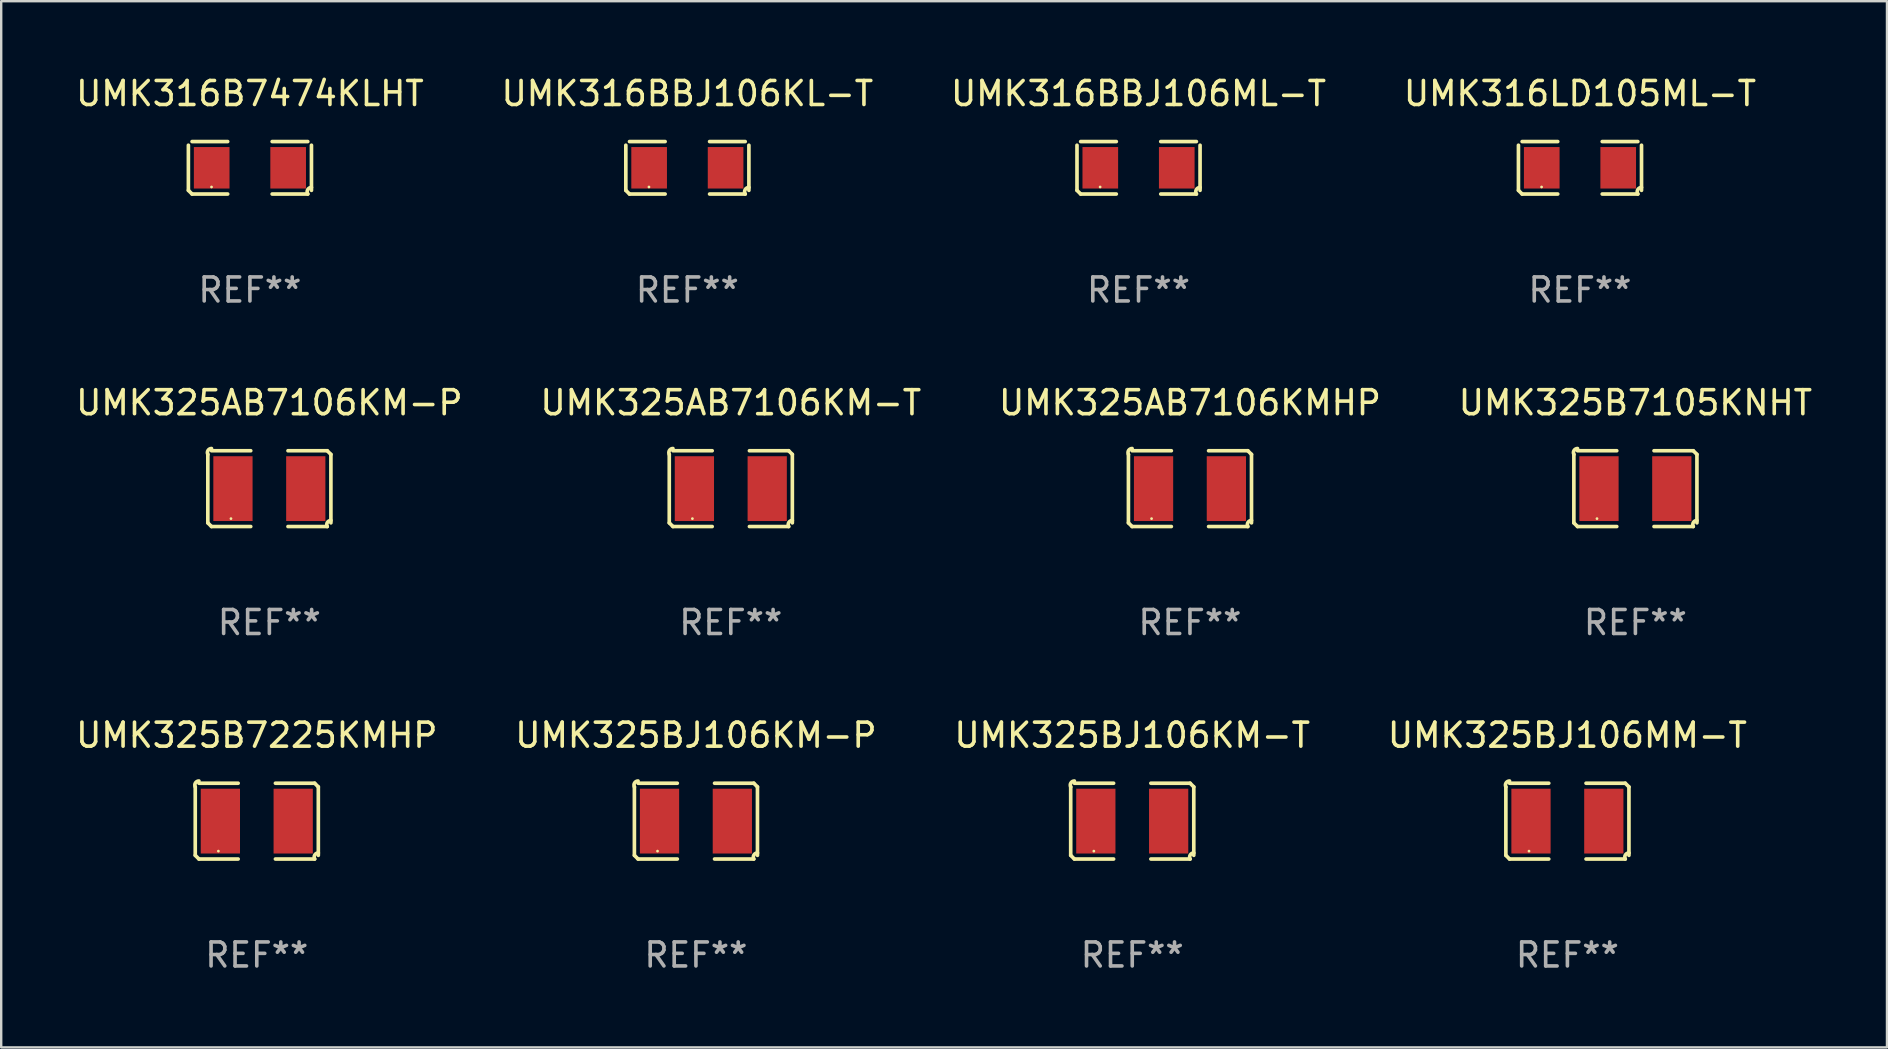
<source format=kicad_pcb>
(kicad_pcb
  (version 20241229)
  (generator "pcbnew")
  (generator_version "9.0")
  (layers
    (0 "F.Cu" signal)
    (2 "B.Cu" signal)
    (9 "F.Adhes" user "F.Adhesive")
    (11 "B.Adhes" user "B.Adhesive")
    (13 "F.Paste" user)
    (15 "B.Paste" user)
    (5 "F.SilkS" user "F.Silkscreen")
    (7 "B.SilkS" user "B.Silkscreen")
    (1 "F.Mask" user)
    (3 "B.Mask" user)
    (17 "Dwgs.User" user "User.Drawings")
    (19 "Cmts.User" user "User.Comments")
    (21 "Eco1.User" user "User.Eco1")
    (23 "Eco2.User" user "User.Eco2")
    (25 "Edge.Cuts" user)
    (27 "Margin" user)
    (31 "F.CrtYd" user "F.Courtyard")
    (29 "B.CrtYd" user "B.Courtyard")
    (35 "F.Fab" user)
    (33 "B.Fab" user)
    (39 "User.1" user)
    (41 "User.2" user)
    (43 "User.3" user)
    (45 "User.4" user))
  (footprint "UMK316LD105ML-T"
    (layer "F.Cu")
    (at 62.78 3.941)
    (property "Reference" "UMK316LD105ML-T" (at 0 -3.093 0) (layer "F.SilkS") (effects (font (size 1 1) (thickness 0.15))))
    (attr through_hole)
    (fp_line (start -2.564 0.94) (end -2.564 -0.94) (stroke (width 0.152) (type solid)) (layer "F.SilkS"))
    (fp_line (start -2.411 -1.093) (end -0.926 -1.093) (stroke (width 0.152) (type solid)) (layer "F.SilkS"))
    (fp_line (start -0.926 1.093) (end -2.411 1.093) (stroke (width 0.152) (type solid)) (layer "F.SilkS"))
    (fp_line (start 0.926 1.093) (end 2.411 1.093) (stroke (width 0.152) (type solid)) (layer "F.SilkS"))
    (fp_line (start 2.411 -1.093) (end 0.926 -1.093) (stroke (width 0.152) (type solid)) (layer "F.SilkS"))
    (fp_line (start 2.564 0.94) (end 2.564 -0.94) (stroke (width 0.152) (type solid)) (layer "F.SilkS"))
    (fp_arc (start -2.411201 1.092609) (mid -2.487413 1.01642) (end -2.563602 0.940208) (stroke (width 0.1524) (type solid)) (layer "F.SilkS"))
    (fp_arc (start 2.411201 1.092609) (mid 2.407159 0.911226) (end 2.563602 0.819347) (stroke (width 0.1524) (type solid)) (layer "F.SilkS"))
    (fp_circle (center -1.6 0.8) (end -1.57 0.8) (stroke (width 0.06) (type solid)) (fill no) (layer "F.SilkS"))
    (fp_text user "REF**" (at 0 5.093 0) (layer "F.Fab") (effects (font (size 1 1) (thickness 0.15))))
    (pad "1" smd rect (at -1.593 0) (size 1.485 1.728) (layers "F.Cu" "F.Mask" "F.Paste"))
    (pad "2" smd rect (at 1.593 0) (size 1.485 1.728) (layers "F.Cu" "F.Mask" "F.Paste")))
  (footprint "UMK325AB7106KMHP"
    (layer "F.Cu")
    (at 46.53 17.309)
    (property "Reference" "UMK325AB7106KMHP" (at 0 -3.579 0) (layer "F.SilkS") (effects (font (size 1 1) (thickness 0.15))))
    (attr through_hole)
    (fp_line (start -2.564 1.426) (end -2.564 -1.426) (stroke (width 0.152) (type solid)) (layer "F.SilkS"))
    (fp_line (start -2.411 -1.579) (end -0.776 -1.579) (stroke (width 0.152) (type solid)) (layer "F.SilkS"))
    (fp_line (start -0.776 1.579) (end -2.411 1.579) (stroke (width 0.152) (type solid)) (layer "F.SilkS"))
    (fp_line (start 0.776 1.579) (end 2.411 1.579) (stroke (width 0.152) (type solid)) (layer "F.SilkS"))
    (fp_line (start 2.411 -1.579) (end 0.776 -1.579) (stroke (width 0.152) (type solid)) (layer "F.SilkS"))
    (fp_line (start 2.564 1.426) (end 2.564 -1.426) (stroke (width 0.152) (type solid)) (layer "F.SilkS"))
    (fp_arc (start -2.563602 -1.426213) (mid -2.555597 -1.591233) (end -2.411201 -1.671518) (stroke (width 0.1524) (type solid)) (layer "F.SilkS"))
    (fp_arc (start -2.5636 1.426214) (mid -2.487389 1.502402) (end -2.411201 1.578613) (stroke (width 0.1524) (type solid)) (layer "F.SilkS"))
    (fp_arc (start 2.411197 -1.578618) (mid 2.487403 -1.502419) (end 2.563602 -1.426213) (stroke (width 0.1524) (type solid)) (layer "F.SilkS"))
    (fp_arc (start 2.411201 1.578613) (mid 2.416214 1.409455) (end 2.563602 1.32629) (stroke (width 0.1524) (type solid)) (layer "F.SilkS"))
    (fp_circle (center -1.6 1.25) (end -1.57 1.25) (stroke (width 0.06) (type solid)) (fill no) (layer "F.SilkS"))
    (fp_text user "REF**" (at 0 5.579 0) (layer "F.Fab") (effects (font (size 1 1) (thickness 0.15))))
    (pad "1" smd rect (at -1.517 0) (size 1.635 2.7) (layers "F.Cu" "F.Mask" "F.Paste"))
    (pad "2" smd rect (at 1.517 0) (size 1.635 2.7) (layers "F.Cu" "F.Mask" "F.Paste")))
  (footprint "UMK325BJ106MM-T"
    (layer "F.Cu")
    (at 62.256 31.162)
    (property "Reference" "UMK325BJ106MM-T" (at 0 -3.579 0) (layer "F.SilkS") (effects (font (size 1 1) (thickness 0.15))))
    (attr through_hole)
    (fp_line (start -2.564 1.426) (end -2.564 -1.426) (stroke (width 0.152) (type solid)) (layer "F.SilkS"))
    (fp_line (start -2.411 -1.579) (end -0.776 -1.579) (stroke (width 0.152) (type solid)) (layer "F.SilkS"))
    (fp_line (start -0.776 1.579) (end -2.411 1.579) (stroke (width 0.152) (type solid)) (layer "F.SilkS"))
    (fp_line (start 0.776 1.579) (end 2.411 1.579) (stroke (width 0.152) (type solid)) (layer "F.SilkS"))
    (fp_line (start 2.411 -1.579) (end 0.776 -1.579) (stroke (width 0.152) (type solid)) (layer "F.SilkS"))
    (fp_line (start 2.564 1.426) (end 2.564 -1.426) (stroke (width 0.152) (type solid)) (layer "F.SilkS"))
    (fp_arc (start -2.563602 -1.426213) (mid -2.555597 -1.591233) (end -2.411201 -1.671518) (stroke (width 0.1524) (type solid)) (layer "F.SilkS"))
    (fp_arc (start -2.5636 1.426214) (mid -2.487389 1.502402) (end -2.411201 1.578613) (stroke (width 0.1524) (type solid)) (layer "F.SilkS"))
    (fp_arc (start 2.411197 -1.578618) (mid 2.487403 -1.502419) (end 2.563602 -1.426213) (stroke (width 0.1524) (type solid)) (layer "F.SilkS"))
    (fp_arc (start 2.411201 1.578613) (mid 2.416214 1.409455) (end 2.563602 1.32629) (stroke (width 0.1524) (type solid)) (layer "F.SilkS"))
    (fp_circle (center -1.6 1.25) (end -1.57 1.25) (stroke (width 0.06) (type solid)) (fill no) (layer "F.SilkS"))
    (fp_text user "REF**" (at 0 5.579 0) (layer "F.Fab") (effects (font (size 1 1) (thickness 0.15))))
    (pad "1" smd rect (at -1.517 0) (size 1.635 2.7) (layers "F.Cu" "F.Mask" "F.Paste"))
    (pad "2" smd rect (at 1.517 0) (size 1.635 2.7) (layers "F.Cu" "F.Mask" "F.Paste")))
  (footprint "UMK325BJ106KM-T"
    (layer "F.Cu")
    (at 44.125 31.162)
    (property "Reference" "UMK325BJ106KM-T" (at 0 -3.579 0) (layer "F.SilkS") (effects (font (size 1 1) (thickness 0.15))))
    (attr through_hole)
    (fp_line (start -2.564 1.426) (end -2.564 -1.426) (stroke (width 0.152) (type solid)) (layer "F.SilkS"))
    (fp_line (start -2.411 -1.579) (end -0.776 -1.579) (stroke (width 0.152) (type solid)) (layer "F.SilkS"))
    (fp_line (start -0.776 1.579) (end -2.411 1.579) (stroke (width 0.152) (type solid)) (layer "F.SilkS"))
    (fp_line (start 0.776 1.579) (end 2.411 1.579) (stroke (width 0.152) (type solid)) (layer "F.SilkS"))
    (fp_line (start 2.411 -1.579) (end 0.776 -1.579) (stroke (width 0.152) (type solid)) (layer "F.SilkS"))
    (fp_line (start 2.564 1.426) (end 2.564 -1.426) (stroke (width 0.152) (type solid)) (layer "F.SilkS"))
    (fp_arc (start -2.563602 -1.426213) (mid -2.555597 -1.591233) (end -2.411201 -1.671518) (stroke (width 0.1524) (type solid)) (layer "F.SilkS"))
    (fp_arc (start -2.5636 1.426214) (mid -2.487389 1.502402) (end -2.411201 1.578613) (stroke (width 0.1524) (type solid)) (layer "F.SilkS"))
    (fp_arc (start 2.411197 -1.578618) (mid 2.487403 -1.502419) (end 2.563602 -1.426213) (stroke (width 0.1524) (type solid)) (layer "F.SilkS"))
    (fp_arc (start 2.411201 1.578613) (mid 2.416214 1.409455) (end 2.563602 1.32629) (stroke (width 0.1524) (type solid)) (layer "F.SilkS"))
    (fp_circle (center -1.6 1.25) (end -1.57 1.25) (stroke (width 0.06) (type solid)) (fill no) (layer "F.SilkS"))
    (fp_text user "REF**" (at 0 5.579 0) (layer "F.Fab") (effects (font (size 1 1) (thickness 0.15))))
    (pad "1" smd rect (at -1.517 0) (size 1.635 2.7) (layers "F.Cu" "F.Mask" "F.Paste"))
    (pad "2" smd rect (at 1.517 0) (size 1.635 2.7) (layers "F.Cu" "F.Mask" "F.Paste")))
  (footprint "UMK316B7474KLHT"
    (layer "F.Cu")
    (at 7.363 3.941)
    (property "Reference" "UMK316B7474KLHT" (at 0 -3.093 0) (layer "F.SilkS") (effects (font (size 1 1) (thickness 0.15))))
    (attr through_hole)
    (fp_line (start -2.564 0.94) (end -2.564 -0.94) (stroke (width 0.152) (type solid)) (layer "F.SilkS"))
    (fp_line (start -2.411 -1.093) (end -0.926 -1.093) (stroke (width 0.152) (type solid)) (layer "F.SilkS"))
    (fp_line (start -0.926 1.093) (end -2.411 1.093) (stroke (width 0.152) (type solid)) (layer "F.SilkS"))
    (fp_line (start 0.926 1.093) (end 2.411 1.093) (stroke (width 0.152) (type solid)) (layer "F.SilkS"))
    (fp_line (start 2.411 -1.093) (end 0.926 -1.093) (stroke (width 0.152) (type solid)) (layer "F.SilkS"))
    (fp_line (start 2.564 0.94) (end 2.564 -0.94) (stroke (width 0.152) (type solid)) (layer "F.SilkS"))
    (fp_arc (start -2.411201 1.092609) (mid -2.487413 1.01642) (end -2.563602 0.940208) (stroke (width 0.1524) (type solid)) (layer "F.SilkS"))
    (fp_arc (start 2.411201 1.092609) (mid 2.407159 0.911226) (end 2.563602 0.819347) (stroke (width 0.1524) (type solid)) (layer "F.SilkS"))
    (fp_circle (center -1.6 0.8) (end -1.57 0.8) (stroke (width 0.06) (type solid)) (fill no) (layer "F.SilkS"))
    (fp_text user "REF**" (at 0 5.093 0) (layer "F.Fab") (effects (font (size 1 1) (thickness 0.15))))
    (pad "1" smd rect (at -1.593 0) (size 1.485 1.728) (layers "F.Cu" "F.Mask" "F.Paste"))
    (pad "2" smd rect (at 1.593 0) (size 1.485 1.728) (layers "F.Cu" "F.Mask" "F.Paste")))
  (footprint "UMK325B7105KNHT"
    (layer "F.Cu")
    (at 65.089 17.309)
    (property "Reference" "UMK325B7105KNHT" (at 0 -3.579 0) (layer "F.SilkS") (effects (font (size 1 1) (thickness 0.15))))
    (attr through_hole)
    (fp_line (start -2.564 1.426) (end -2.564 -1.426) (stroke (width 0.152) (type solid)) (layer "F.SilkS"))
    (fp_line (start -2.411 -1.579) (end -0.776 -1.579) (stroke (width 0.152) (type solid)) (layer "F.SilkS"))
    (fp_line (start -0.776 1.579) (end -2.411 1.579) (stroke (width 0.152) (type solid)) (layer "F.SilkS"))
    (fp_line (start 0.776 1.579) (end 2.411 1.579) (stroke (width 0.152) (type solid)) (layer "F.SilkS"))
    (fp_line (start 2.411 -1.579) (end 0.776 -1.579) (stroke (width 0.152) (type solid)) (layer "F.SilkS"))
    (fp_line (start 2.564 1.426) (end 2.564 -1.426) (stroke (width 0.152) (type solid)) (layer "F.SilkS"))
    (fp_arc (start -2.563602 -1.426213) (mid -2.555597 -1.591233) (end -2.411201 -1.671518) (stroke (width 0.1524) (type solid)) (layer "F.SilkS"))
    (fp_arc (start -2.5636 1.426214) (mid -2.487389 1.502402) (end -2.411201 1.578613) (stroke (width 0.1524) (type solid)) (layer "F.SilkS"))
    (fp_arc (start 2.411197 -1.578618) (mid 2.487403 -1.502419) (end 2.563602 -1.426213) (stroke (width 0.1524) (type solid)) (layer "F.SilkS"))
    (fp_arc (start 2.411201 1.578613) (mid 2.416214 1.409455) (end 2.563602 1.32629) (stroke (width 0.1524) (type solid)) (layer "F.SilkS"))
    (fp_circle (center -1.6 1.25) (end -1.57 1.25) (stroke (width 0.06) (type solid)) (fill no) (layer "F.SilkS"))
    (fp_text user "REF**" (at 0 5.579 0) (layer "F.Fab") (effects (font (size 1 1) (thickness 0.15))))
    (pad "1" smd rect (at -1.517 0) (size 1.635 2.7) (layers "F.Cu" "F.Mask" "F.Paste"))
    (pad "2" smd rect (at 1.517 0) (size 1.635 2.7) (layers "F.Cu" "F.Mask" "F.Paste")))
  (footprint "UMK325B7225KMHP"
    (layer "F.Cu")
    (at 7.649 31.162)
    (property "Reference" "UMK325B7225KMHP" (at 0 -3.579 0) (layer "F.SilkS") (effects (font (size 1 1) (thickness 0.15))))
    (attr through_hole)
    (fp_line (start -2.564 1.426) (end -2.564 -1.426) (stroke (width 0.152) (type solid)) (layer "F.SilkS"))
    (fp_line (start -2.411 -1.579) (end -0.776 -1.579) (stroke (width 0.152) (type solid)) (layer "F.SilkS"))
    (fp_line (start -0.776 1.579) (end -2.411 1.579) (stroke (width 0.152) (type solid)) (layer "F.SilkS"))
    (fp_line (start 0.776 1.579) (end 2.411 1.579) (stroke (width 0.152) (type solid)) (layer "F.SilkS"))
    (fp_line (start 2.411 -1.579) (end 0.776 -1.579) (stroke (width 0.152) (type solid)) (layer "F.SilkS"))
    (fp_line (start 2.564 1.426) (end 2.564 -1.426) (stroke (width 0.152) (type solid)) (layer "F.SilkS"))
    (fp_arc (start -2.563602 -1.426213) (mid -2.555597 -1.591233) (end -2.411201 -1.671518) (stroke (width 0.1524) (type solid)) (layer "F.SilkS"))
    (fp_arc (start -2.5636 1.426214) (mid -2.487389 1.502402) (end -2.411201 1.578613) (stroke (width 0.1524) (type solid)) (layer "F.SilkS"))
    (fp_arc (start 2.411197 -1.578618) (mid 2.487403 -1.502419) (end 2.563602 -1.426213) (stroke (width 0.1524) (type solid)) (layer "F.SilkS"))
    (fp_arc (start 2.411201 1.578613) (mid 2.416214 1.409455) (end 2.563602 1.32629) (stroke (width 0.1524) (type solid)) (layer "F.SilkS"))
    (fp_circle (center -1.6 1.25) (end -1.57 1.25) (stroke (width 0.06) (type solid)) (fill no) (layer "F.SilkS"))
    (fp_text user "REF**" (at 0 5.579 0) (layer "F.Fab") (effects (font (size 1 1) (thickness 0.15))))
    (pad "1" smd rect (at -1.517 0) (size 1.635 2.7) (layers "F.Cu" "F.Mask" "F.Paste"))
    (pad "2" smd rect (at 1.517 0) (size 1.635 2.7) (layers "F.Cu" "F.Mask" "F.Paste")))
  (footprint "UMK316BBJ106KL-T"
    (layer "F.Cu")
    (at 25.589 3.941)
    (property "Reference" "UMK316BBJ106KL-T" (at 0 -3.093 0) (layer "F.SilkS") (effects (font (size 1 1) (thickness 0.15))))
    (attr through_hole)
    (fp_line (start -2.564 0.94) (end -2.564 -0.94) (stroke (width 0.152) (type solid)) (layer "F.SilkS"))
    (fp_line (start -2.411 -1.093) (end -0.926 -1.093) (stroke (width 0.152) (type solid)) (layer "F.SilkS"))
    (fp_line (start -0.926 1.093) (end -2.411 1.093) (stroke (width 0.152) (type solid)) (layer "F.SilkS"))
    (fp_line (start 0.926 1.093) (end 2.411 1.093) (stroke (width 0.152) (type solid)) (layer "F.SilkS"))
    (fp_line (start 2.411 -1.093) (end 0.926 -1.093) (stroke (width 0.152) (type solid)) (layer "F.SilkS"))
    (fp_line (start 2.564 0.94) (end 2.564 -0.94) (stroke (width 0.152) (type solid)) (layer "F.SilkS"))
    (fp_arc (start -2.411201 1.092609) (mid -2.487413 1.01642) (end -2.563602 0.940208) (stroke (width 0.1524) (type solid)) (layer "F.SilkS"))
    (fp_arc (start 2.411201 1.092609) (mid 2.407159 0.911226) (end 2.563602 0.819347) (stroke (width 0.1524) (type solid)) (layer "F.SilkS"))
    (fp_circle (center -1.6 0.8) (end -1.57 0.8) (stroke (width 0.06) (type solid)) (fill no) (layer "F.SilkS"))
    (fp_text user "REF**" (at 0 5.093 0) (layer "F.Fab") (effects (font (size 1 1) (thickness 0.15))))
    (pad "1" smd rect (at -1.593 0) (size 1.485 1.728) (layers "F.Cu" "F.Mask" "F.Paste"))
    (pad "2" smd rect (at 1.593 0) (size 1.485 1.728) (layers "F.Cu" "F.Mask" "F.Paste")))
  (footprint "UMK325BJ106KM-P"
    (layer "F.Cu")
    (at 25.946 31.162)
    (property "Reference" "UMK325BJ106KM-P" (at 0 -3.579 0) (layer "F.SilkS") (effects (font (size 1 1) (thickness 0.15))))
    (attr through_hole)
    (fp_line (start -2.564 1.426) (end -2.564 -1.426) (stroke (width 0.152) (type solid)) (layer "F.SilkS"))
    (fp_line (start -2.411 -1.579) (end -0.776 -1.579) (stroke (width 0.152) (type solid)) (layer "F.SilkS"))
    (fp_line (start -0.776 1.579) (end -2.411 1.579) (stroke (width 0.152) (type solid)) (layer "F.SilkS"))
    (fp_line (start 0.776 1.579) (end 2.411 1.579) (stroke (width 0.152) (type solid)) (layer "F.SilkS"))
    (fp_line (start 2.411 -1.579) (end 0.776 -1.579) (stroke (width 0.152) (type solid)) (layer "F.SilkS"))
    (fp_line (start 2.564 1.426) (end 2.564 -1.426) (stroke (width 0.152) (type solid)) (layer "F.SilkS"))
    (fp_arc (start -2.563602 -1.426213) (mid -2.555597 -1.591233) (end -2.411201 -1.671518) (stroke (width 0.1524) (type solid)) (layer "F.SilkS"))
    (fp_arc (start -2.5636 1.426214) (mid -2.487389 1.502402) (end -2.411201 1.578613) (stroke (width 0.1524) (type solid)) (layer "F.SilkS"))
    (fp_arc (start 2.411197 -1.578618) (mid 2.487403 -1.502419) (end 2.563602 -1.426213) (stroke (width 0.1524) (type solid)) (layer "F.SilkS"))
    (fp_arc (start 2.411201 1.578613) (mid 2.416214 1.409455) (end 2.563602 1.32629) (stroke (width 0.1524) (type solid)) (layer "F.SilkS"))
    (fp_circle (center -1.6 1.25) (end -1.57 1.25) (stroke (width 0.06) (type solid)) (fill no) (layer "F.SilkS"))
    (fp_text user "REF**" (at 0 5.579 0) (layer "F.Fab") (effects (font (size 1 1) (thickness 0.15))))
    (pad "1" smd rect (at -1.517 0) (size 1.635 2.7) (layers "F.Cu" "F.Mask" "F.Paste"))
    (pad "2" smd rect (at 1.517 0) (size 1.635 2.7) (layers "F.Cu" "F.Mask" "F.Paste")))
  (footprint "UMK325AB7106KM-P"
    (layer "F.Cu")
    (at 8.173 17.309)
    (property "Reference" "UMK325AB7106KM-P" (at 0 -3.579 0) (layer "F.SilkS") (effects (font (size 1 1) (thickness 0.15))))
    (attr through_hole)
    (fp_line (start -2.564 1.426) (end -2.564 -1.426) (stroke (width 0.152) (type solid)) (layer "F.SilkS"))
    (fp_line (start -2.411 -1.579) (end -0.776 -1.579) (stroke (width 0.152) (type solid)) (layer "F.SilkS"))
    (fp_line (start -0.776 1.579) (end -2.411 1.579) (stroke (width 0.152) (type solid)) (layer "F.SilkS"))
    (fp_line (start 0.776 1.579) (end 2.411 1.579) (stroke (width 0.152) (type solid)) (layer "F.SilkS"))
    (fp_line (start 2.411 -1.579) (end 0.776 -1.579) (stroke (width 0.152) (type solid)) (layer "F.SilkS"))
    (fp_line (start 2.564 1.426) (end 2.564 -1.426) (stroke (width 0.152) (type solid)) (layer "F.SilkS"))
    (fp_arc (start -2.563602 -1.426213) (mid -2.555597 -1.591233) (end -2.411201 -1.671518) (stroke (width 0.1524) (type solid)) (layer "F.SilkS"))
    (fp_arc (start -2.5636 1.426214) (mid -2.487389 1.502402) (end -2.411201 1.578613) (stroke (width 0.1524) (type solid)) (layer "F.SilkS"))
    (fp_arc (start 2.411197 -1.578618) (mid 2.487403 -1.502419) (end 2.563602 -1.426213) (stroke (width 0.1524) (type solid)) (layer "F.SilkS"))
    (fp_arc (start 2.411201 1.578613) (mid 2.416214 1.409455) (end 2.563602 1.32629) (stroke (width 0.1524) (type solid)) (layer "F.SilkS"))
    (fp_circle (center -1.6 1.25) (end -1.57 1.25) (stroke (width 0.06) (type solid)) (fill no) (layer "F.SilkS"))
    (fp_text user "REF**" (at 0 5.579 0) (layer "F.Fab") (effects (font (size 1 1) (thickness 0.15))))
    (pad "1" smd rect (at -1.517 0) (size 1.635 2.7) (layers "F.Cu" "F.Mask" "F.Paste"))
    (pad "2" smd rect (at 1.517 0) (size 1.635 2.7) (layers "F.Cu" "F.Mask" "F.Paste")))
  (footprint "UMK316BBJ106ML-T"
    (layer "F.Cu")
    (at 44.387 3.941)
    (property "Reference" "UMK316BBJ106ML-T" (at 0 -3.093 0) (layer "F.SilkS") (effects (font (size 1 1) (thickness 0.15))))
    (attr through_hole)
    (fp_line (start -2.564 0.94) (end -2.564 -0.94) (stroke (width 0.152) (type solid)) (layer "F.SilkS"))
    (fp_line (start -2.411 -1.093) (end -0.926 -1.093) (stroke (width 0.152) (type solid)) (layer "F.SilkS"))
    (fp_line (start -0.926 1.093) (end -2.411 1.093) (stroke (width 0.152) (type solid)) (layer "F.SilkS"))
    (fp_line (start 0.926 1.093) (end 2.411 1.093) (stroke (width 0.152) (type solid)) (layer "F.SilkS"))
    (fp_line (start 2.411 -1.093) (end 0.926 -1.093) (stroke (width 0.152) (type solid)) (layer "F.SilkS"))
    (fp_line (start 2.564 0.94) (end 2.564 -0.94) (stroke (width 0.152) (type solid)) (layer "F.SilkS"))
    (fp_arc (start -2.411201 1.092609) (mid -2.487413 1.01642) (end -2.563602 0.940208) (stroke (width 0.1524) (type solid)) (layer "F.SilkS"))
    (fp_arc (start 2.411201 1.092609) (mid 2.407159 0.911226) (end 2.563602 0.819347) (stroke (width 0.1524) (type solid)) (layer "F.SilkS"))
    (fp_circle (center -1.6 0.8) (end -1.57 0.8) (stroke (width 0.06) (type solid)) (fill no) (layer "F.SilkS"))
    (fp_text user "REF**" (at 0 5.093 0) (layer "F.Fab") (effects (font (size 1 1) (thickness 0.15))))
    (pad "1" smd rect (at -1.593 0) (size 1.485 1.728) (layers "F.Cu" "F.Mask" "F.Paste"))
    (pad "2" smd rect (at 1.593 0) (size 1.485 1.728) (layers "F.Cu" "F.Mask" "F.Paste")))
  (footprint "UMK325AB7106KM-T"
    (layer "F.Cu")
    (at 27.399 17.309)
    (property "Reference" "UMK325AB7106KM-T" (at 0 -3.579 0) (layer "F.SilkS") (effects (font (size 1 1) (thickness 0.15))))
    (attr through_hole)
    (fp_line (start -2.564 1.426) (end -2.564 -1.426) (stroke (width 0.152) (type solid)) (layer "F.SilkS"))
    (fp_line (start -2.411 -1.579) (end -0.776 -1.579) (stroke (width 0.152) (type solid)) (layer "F.SilkS"))
    (fp_line (start -0.776 1.579) (end -2.411 1.579) (stroke (width 0.152) (type solid)) (layer "F.SilkS"))
    (fp_line (start 0.776 1.579) (end 2.411 1.579) (stroke (width 0.152) (type solid)) (layer "F.SilkS"))
    (fp_line (start 2.411 -1.579) (end 0.776 -1.579) (stroke (width 0.152) (type solid)) (layer "F.SilkS"))
    (fp_line (start 2.564 1.426) (end 2.564 -1.426) (stroke (width 0.152) (type solid)) (layer "F.SilkS"))
    (fp_arc (start -2.563602 -1.426213) (mid -2.555597 -1.591233) (end -2.411201 -1.671518) (stroke (width 0.1524) (type solid)) (layer "F.SilkS"))
    (fp_arc (start -2.5636 1.426214) (mid -2.487389 1.502402) (end -2.411201 1.578613) (stroke (width 0.1524) (type solid)) (layer "F.SilkS"))
    (fp_arc (start 2.411197 -1.578618) (mid 2.487403 -1.502419) (end 2.563602 -1.426213) (stroke (width 0.1524) (type solid)) (layer "F.SilkS"))
    (fp_arc (start 2.411201 1.578613) (mid 2.416214 1.409455) (end 2.563602 1.32629) (stroke (width 0.1524) (type solid)) (layer "F.SilkS"))
    (fp_circle (center -1.6 1.25) (end -1.57 1.25) (stroke (width 0.06) (type solid)) (fill no) (layer "F.SilkS"))
    (fp_text user "REF**" (at 0 5.579 0) (layer "F.Fab") (effects (font (size 1 1) (thickness 0.15))))
    (pad "1" smd rect (at -1.517 0) (size 1.635 2.7) (layers "F.Cu" "F.Mask" "F.Paste"))
    (pad "2" smd rect (at 1.517 0) (size 1.635 2.7) (layers "F.Cu" "F.Mask" "F.Paste")))
  (gr_rect
    (start -3 -3)
    (end 75.571 40.589)
    (stroke (width 0.1) (type default))
    (fill no)
    (layer "Edge.Cuts")))
</source>
